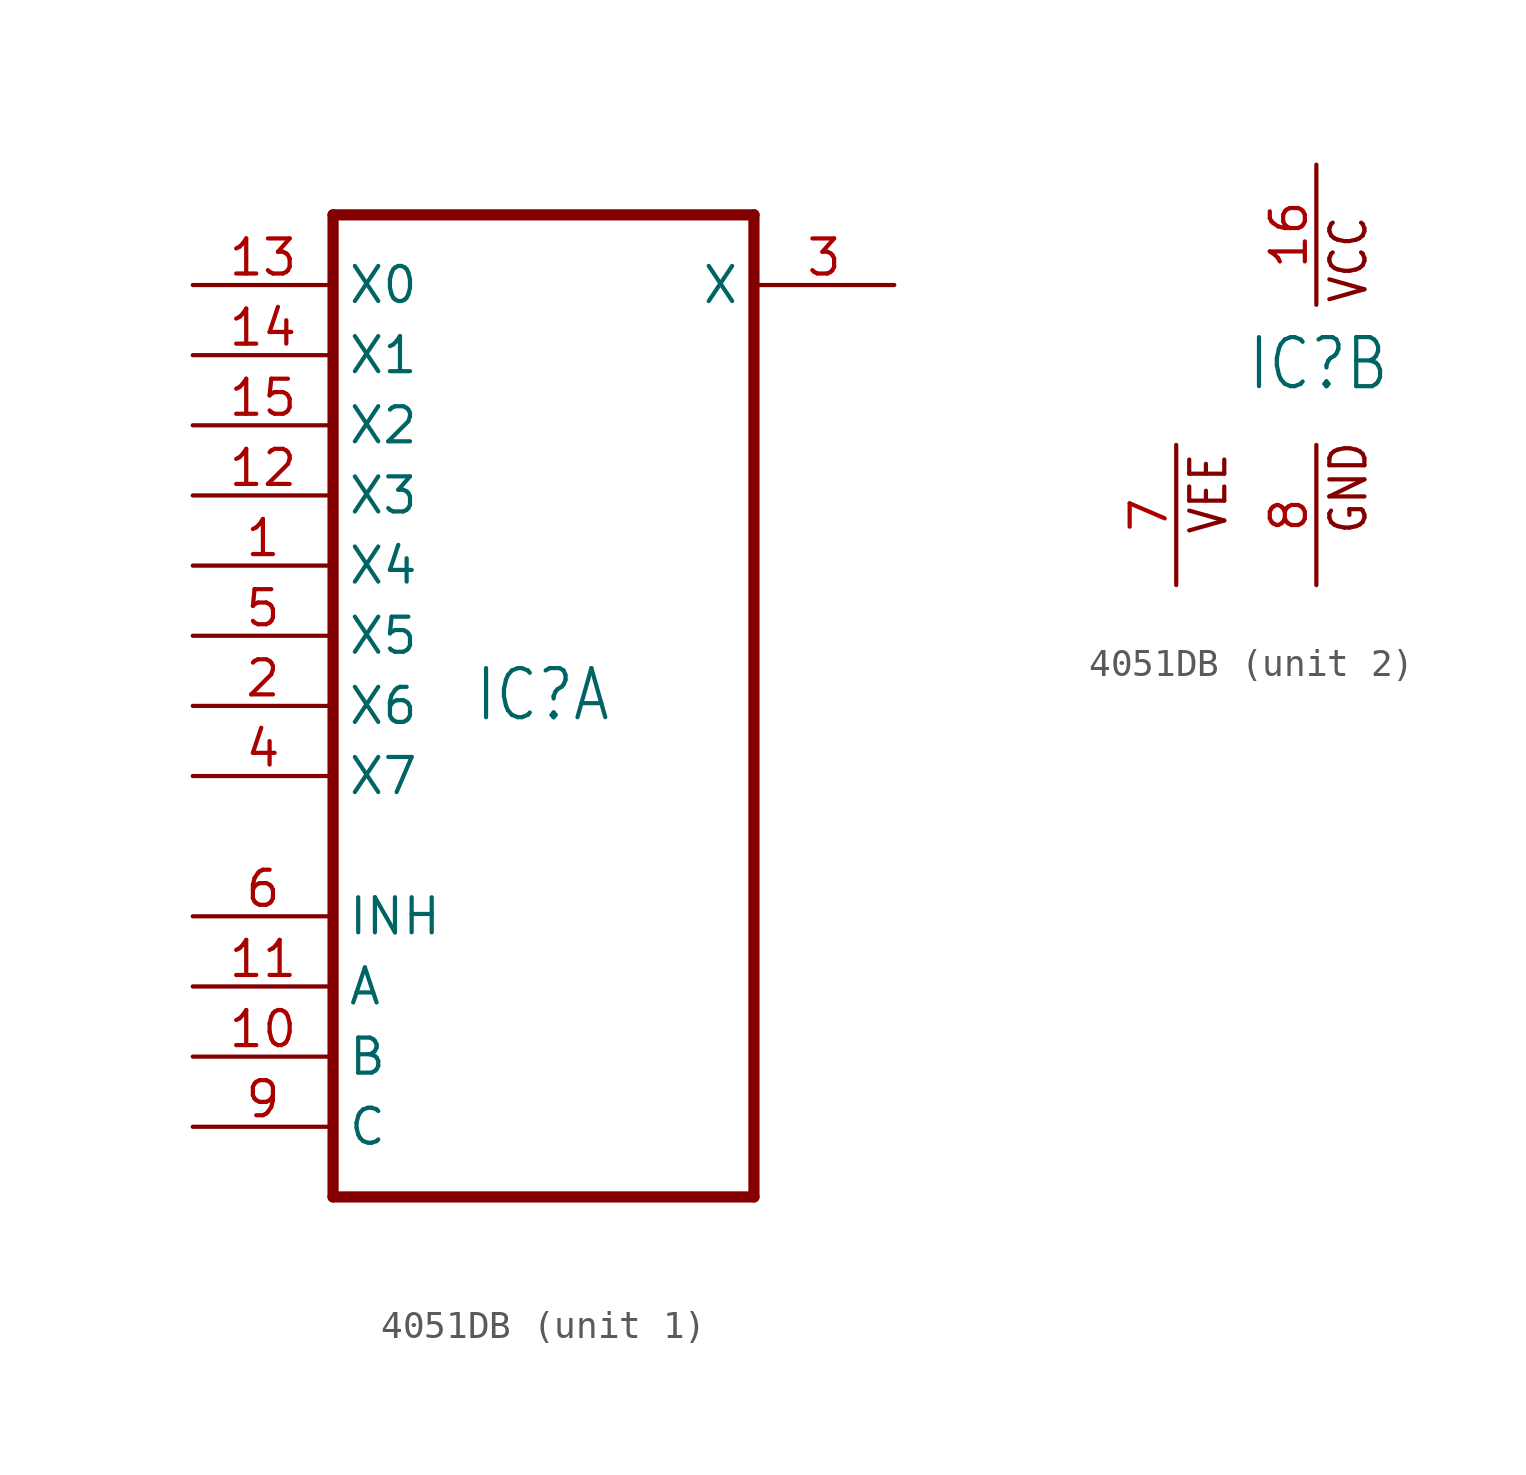
<source format=kicad_sym>
(kicad_symbol_lib
  (version 20211014)
  (generator kicad_symbol_editor)
  (symbol "4051DB"
    (property "Reference" "IC"
      (at -2.54 -0.635 0)
      (effects (font (size 1.778 1.511)) (justify left bottom)))
    (property "ki_locked" ""
      (at 0 0 0)
      (effects (font (size 1.27 1.27))))
    (symbol "4051DB_1_0"
      (polyline (pts (xy -7.62 -17.78) (xy 7.62 -17.78)) (stroke (width 0.406) (type default) (color 0 0 0 0)) (fill (type none)))
      (polyline (pts (xy -7.62 17.78) (xy -7.62 -17.78)) (stroke (width 0.406) (type default) (color 0 0 0 0)) (fill (type none)))
      (polyline (pts (xy 7.62 -17.78) (xy 7.62 17.78)) (stroke (width 0.406) (type default) (color 0 0 0 0)) (fill (type none)))
      (polyline (pts (xy 7.62 17.78) (xy -7.62 17.78)) (stroke (width 0.406) (type default) (color 0 0 0 0)) (fill (type none)))
      (pin bidirectional line (at -12.7 5.08 0) (length 5.08) (name "X4" (effects (font (size 1.27 1.27)))) (number "1" (effects (font (size 1.27 1.27)))))
      (pin input line (at -12.7 -12.7 0) (length 5.08) (name "B" (effects (font (size 1.27 1.27)))) (number "10" (effects (font (size 1.27 1.27)))))
      (pin input line (at -12.7 -10.16 0) (length 5.08) (name "A" (effects (font (size 1.27 1.27)))) (number "11" (effects (font (size 1.27 1.27)))))
      (pin bidirectional line (at -12.7 7.62 0) (length 5.08) (name "X3" (effects (font (size 1.27 1.27)))) (number "12" (effects (font (size 1.27 1.27)))))
      (pin bidirectional line (at -12.7 15.24 0) (length 5.08) (name "X0" (effects (font (size 1.27 1.27)))) (number "13" (effects (font (size 1.27 1.27)))))
      (pin bidirectional line (at -12.7 12.7 0) (length 5.08) (name "X1" (effects (font (size 1.27 1.27)))) (number "14" (effects (font (size 1.27 1.27)))))
      (pin bidirectional line (at -12.7 10.16 0) (length 5.08) (name "X2" (effects (font (size 1.27 1.27)))) (number "15" (effects (font (size 1.27 1.27)))))
      (pin bidirectional line (at -12.7 0 0) (length 5.08) (name "X6" (effects (font (size 1.27 1.27)))) (number "2" (effects (font (size 1.27 1.27)))))
      (pin bidirectional line (at 12.7 15.24 180) (length 5.08) (name "X" (effects (font (size 1.27 1.27)))) (number "3" (effects (font (size 1.27 1.27)))))
      (pin bidirectional line (at -12.7 -2.54 0) (length 5.08) (name "X7" (effects (font (size 1.27 1.27)))) (number "4" (effects (font (size 1.27 1.27)))))
      (pin bidirectional line (at -12.7 2.54 0) (length 5.08) (name "X5" (effects (font (size 1.27 1.27)))) (number "5" (effects (font (size 1.27 1.27)))))
      (pin input line (at -12.7 -7.62 0) (length 5.08) (name "INH" (effects (font (size 1.27 1.27)))) (number "6" (effects (font (size 1.27 1.27)))))
      (pin input line (at -12.7 -15.24 0) (length 5.08) (name "C" (effects (font (size 1.27 1.27)))) (number "9" (effects (font (size 1.27 1.27))))))
    (symbol "4051DB_2_0"
      (text "GND" (at 1.905 -5.842 900) (effects (font (size 1.27 1.079)) (justify left bottom)))
      (text "VCC" (at 1.905 2.54 900) (effects (font (size 1.27 1.079)) (justify left bottom)))
      (text "VEE" (at -3.175 -5.842 900) (effects (font (size 1.27 1.079)) (justify left bottom)))
      (pin power_in line (at 0 7.62 270) (length 5.08) (name "VCC" (effects (font (size 0 0)))) (number "16" (effects (font (size 1.27 1.27)))))
      (pin power_in line (at -5.08 -7.62 90) (length 5.08) (name "VEE" (effects (font (size 0 0)))) (number "7" (effects (font (size 1.27 1.27)))))
      (pin power_in line (at 0 -7.62 90) (length 5.08) (name "GND" (effects (font (size 0 0)))) (number "8" (effects (font (size 1.27 1.27))))))))
</source>
